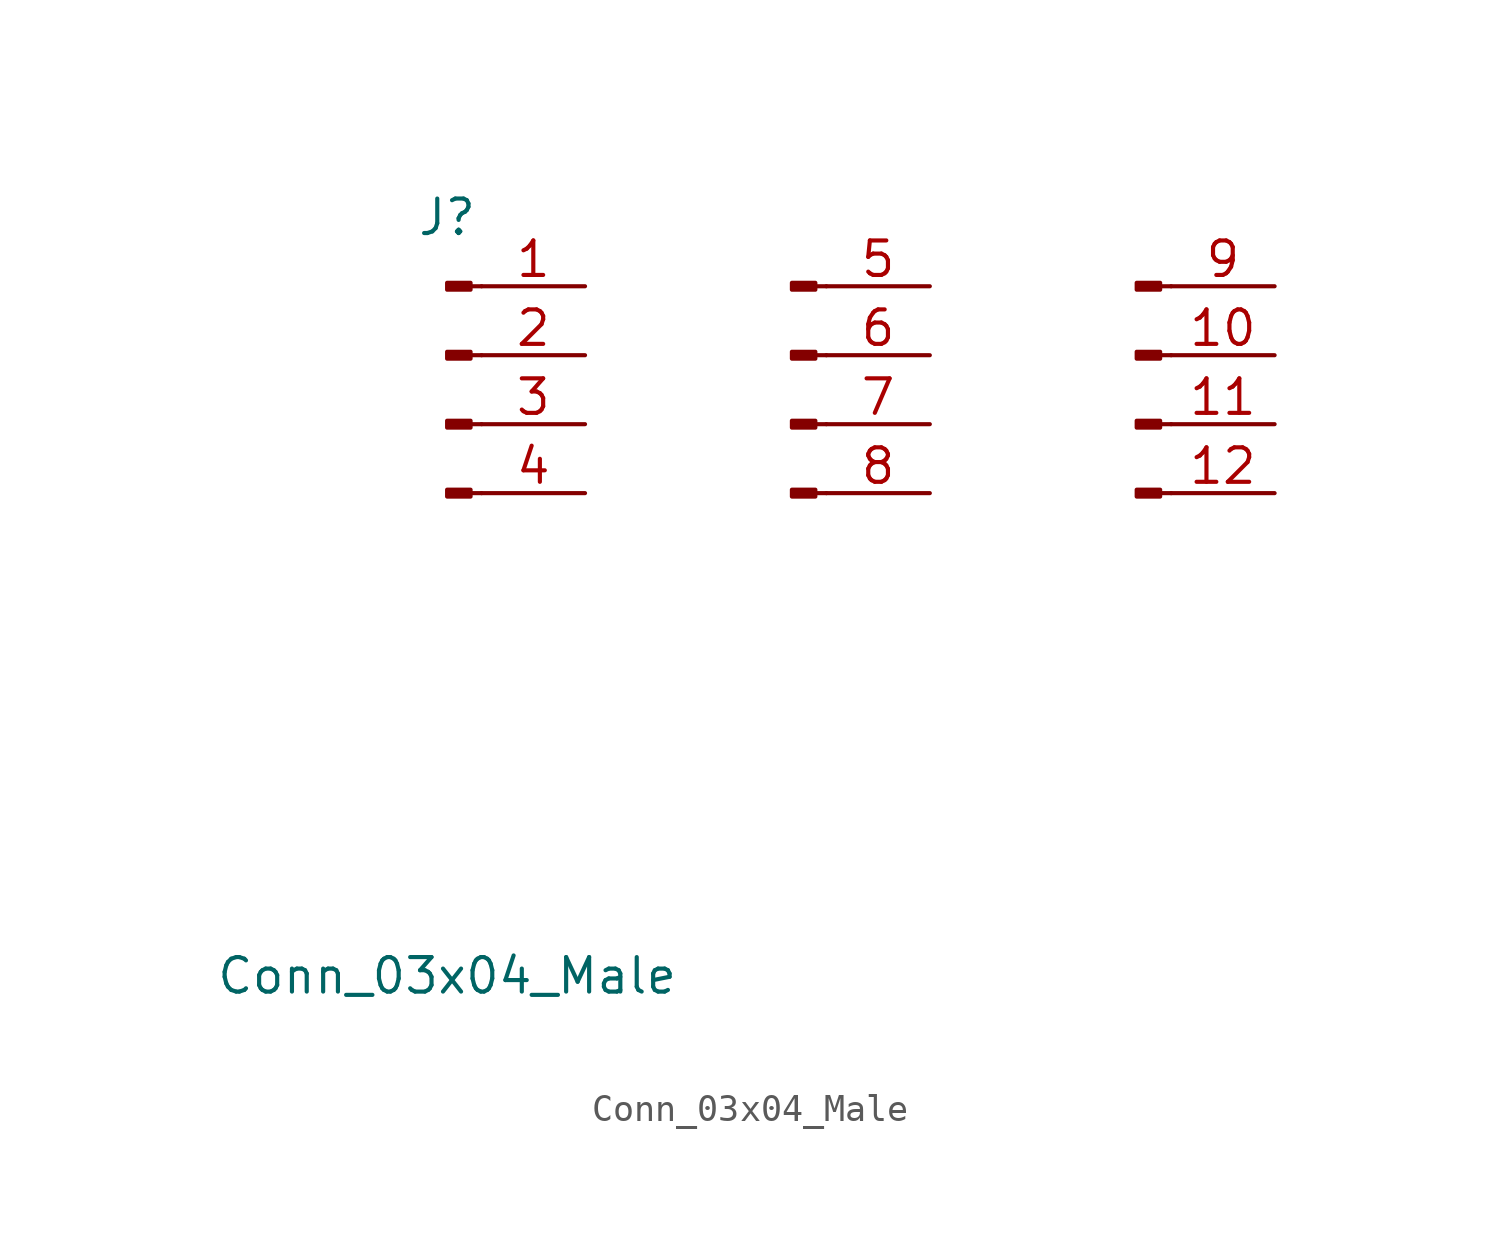
<source format=kicad_sym>
(kicad_symbol_lib
  (version 20211014)
  (generator kicad_symbol_editor)
  (symbol "Conn_03x04_Male"
    (pin_names
      (offset 1.016) hide)
    (property "Reference" "J"
      (at 0 12.7 0)
      (effects (font (size 1.27 1.27))))
    (property "Value" "Conn_03x04_Male"
      (at 0 -15.24 0)
      (effects (font (size 1.27 1.27))))
    (symbol "Conn_03x04_Male_1_1"
      (polyline (pts (xy 1.27 2.54) (xy 0.864 2.54)) (stroke (width 0.152) (type default) (color 0 0 0 0)) (fill (type none)))
      (polyline (pts (xy 1.27 5.08) (xy 0.864 5.08)) (stroke (width 0.152) (type default) (color 0 0 0 0)) (fill (type none)))
      (polyline (pts (xy 1.27 7.62) (xy 0.864 7.62)) (stroke (width 0.152) (type default) (color 0 0 0 0)) (fill (type none)))
      (polyline (pts (xy 1.27 10.16) (xy 0.864 10.16)) (stroke (width 0.152) (type default) (color 0 0 0 0)) (fill (type none)))
      (polyline (pts (xy 13.97 2.54) (xy 13.564 2.54)) (stroke (width 0.152) (type default) (color 0 0 0 0)) (fill (type none)))
      (polyline (pts (xy 13.97 5.08) (xy 13.564 5.08)) (stroke (width 0.152) (type default) (color 0 0 0 0)) (fill (type none)))
      (polyline (pts (xy 13.97 7.62) (xy 13.564 7.62)) (stroke (width 0.152) (type default) (color 0 0 0 0)) (fill (type none)))
      (polyline (pts (xy 13.97 10.16) (xy 13.564 10.16)) (stroke (width 0.152) (type default) (color 0 0 0 0)) (fill (type none)))
      (polyline (pts (xy 26.67 2.54) (xy 26.264 2.54)) (stroke (width 0.152) (type default) (color 0 0 0 0)) (fill (type none)))
      (polyline (pts (xy 26.67 5.08) (xy 26.264 5.08)) (stroke (width 0.152) (type default) (color 0 0 0 0)) (fill (type none)))
      (polyline (pts (xy 26.67 7.62) (xy 26.264 7.62)) (stroke (width 0.152) (type default) (color 0 0 0 0)) (fill (type none)))
      (polyline (pts (xy 26.67 10.16) (xy 26.264 10.16)) (stroke (width 0.152) (type default) (color 0 0 0 0)) (fill (type none)))
      (rectangle (start 0.864 2.667) (end 0 2.413) (stroke (width 0.152) (type default) (color 0 0 0 0)) (fill (type outline)))
      (rectangle (start 0.864 5.207) (end 0 4.953) (stroke (width 0.152) (type default) (color 0 0 0 0)) (fill (type outline)))
      (rectangle (start 0.864 7.747) (end 0 7.493) (stroke (width 0.152) (type default) (color 0 0 0 0)) (fill (type outline)))
      (rectangle (start 0.864 10.287) (end 0 10.033) (stroke (width 0.152) (type default) (color 0 0 0 0)) (fill (type outline)))
      (rectangle (start 13.564 2.667) (end 12.7 2.413) (stroke (width 0.152) (type default) (color 0 0 0 0)) (fill (type outline)))
      (rectangle (start 13.564 5.207) (end 12.7 4.953) (stroke (width 0.152) (type default) (color 0 0 0 0)) (fill (type outline)))
      (rectangle (start 13.564 7.747) (end 12.7 7.493) (stroke (width 0.152) (type default) (color 0 0 0 0)) (fill (type outline)))
      (rectangle (start 13.564 10.287) (end 12.7 10.033) (stroke (width 0.152) (type default) (color 0 0 0 0)) (fill (type outline)))
      (rectangle (start 26.264 2.667) (end 25.4 2.413) (stroke (width 0.152) (type default) (color 0 0 0 0)) (fill (type outline)))
      (rectangle (start 26.264 5.207) (end 25.4 4.953) (stroke (width 0.152) (type default) (color 0 0 0 0)) (fill (type outline)))
      (rectangle (start 26.264 7.747) (end 25.4 7.493) (stroke (width 0.152) (type default) (color 0 0 0 0)) (fill (type outline)))
      (rectangle (start 26.264 10.287) (end 25.4 10.033) (stroke (width 0.152) (type default) (color 0 0 0 0)) (fill (type outline)))
      (pin passive line (at 5.08 10.16 180) (length 3.81) (name "Pin_1" (effects (font (size 1.27 1.27)))) (number "1" (effects (font (size 1.27 1.27)))))
      (pin passive line (at 30.48 7.62 180) (length 3.81) (name "Pin_10" (effects (font (size 1.27 1.27)))) (number "10" (effects (font (size 1.27 1.27)))))
      (pin passive line (at 30.48 5.08 180) (length 3.81) (name "Pin_11" (effects (font (size 1.27 1.27)))) (number "11" (effects (font (size 1.27 1.27)))))
      (pin passive line (at 30.48 2.54 180) (length 3.81) (name "Pin_12" (effects (font (size 1.27 1.27)))) (number "12" (effects (font (size 1.27 1.27)))))
      (pin passive line (at 5.08 7.62 180) (length 3.81) (name "Pin_2" (effects (font (size 1.27 1.27)))) (number "2" (effects (font (size 1.27 1.27)))))
      (pin passive line (at 5.08 5.08 180) (length 3.81) (name "Pin_3" (effects (font (size 1.27 1.27)))) (number "3" (effects (font (size 1.27 1.27)))))
      (pin passive line (at 5.08 2.54 180) (length 3.81) (name "Pin_4" (effects (font (size 1.27 1.27)))) (number "4" (effects (font (size 1.27 1.27)))))
      (pin passive line (at 17.78 10.16 180) (length 3.81) (name "Pin_5" (effects (font (size 1.27 1.27)))) (number "5" (effects (font (size 1.27 1.27)))))
      (pin passive line (at 17.78 7.62 180) (length 3.81) (name "Pin_6" (effects (font (size 1.27 1.27)))) (number "6" (effects (font (size 1.27 1.27)))))
      (pin passive line (at 17.78 5.08 180) (length 3.81) (name "Pin_7" (effects (font (size 1.27 1.27)))) (number "7" (effects (font (size 1.27 1.27)))))
      (pin passive line (at 17.78 2.54 180) (length 3.81) (name "Pin_8" (effects (font (size 1.27 1.27)))) (number "8" (effects (font (size 1.27 1.27)))))
      (pin passive line (at 30.48 10.16 180) (length 3.81) (name "Pin_9" (effects (font (size 1.27 1.27)))) (number "9" (effects (font (size 1.27 1.27))))))))
</source>
